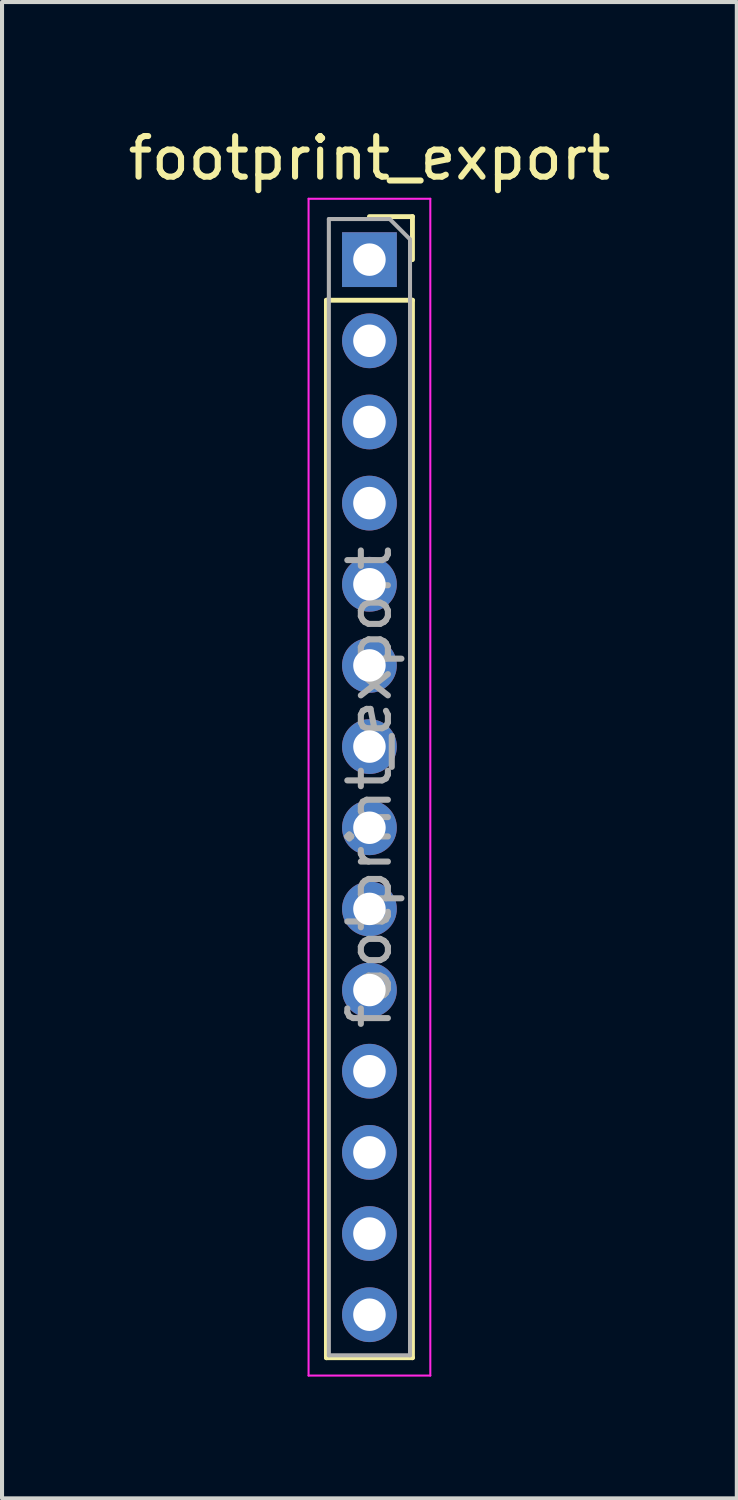
<source format=kicad_pcb>
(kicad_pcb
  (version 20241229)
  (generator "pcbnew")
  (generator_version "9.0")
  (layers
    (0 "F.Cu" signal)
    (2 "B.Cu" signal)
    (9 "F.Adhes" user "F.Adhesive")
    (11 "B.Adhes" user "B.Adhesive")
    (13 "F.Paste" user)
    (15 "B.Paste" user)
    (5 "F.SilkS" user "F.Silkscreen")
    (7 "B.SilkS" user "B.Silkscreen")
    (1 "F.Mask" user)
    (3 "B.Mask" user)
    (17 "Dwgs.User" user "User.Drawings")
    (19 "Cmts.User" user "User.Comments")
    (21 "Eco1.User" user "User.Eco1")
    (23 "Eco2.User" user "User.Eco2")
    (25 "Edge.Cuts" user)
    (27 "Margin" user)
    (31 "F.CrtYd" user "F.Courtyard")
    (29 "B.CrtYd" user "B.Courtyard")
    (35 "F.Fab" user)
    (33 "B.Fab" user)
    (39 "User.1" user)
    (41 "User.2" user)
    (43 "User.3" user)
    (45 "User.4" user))
  (footprint "footprint_export"
    (layer "F.Cu")
    (at 6.054 3.348)
    (property "Reference" "footprint_export" (at 0 -2.5 0) (layer "F.SilkS") (effects (font (size 1 1) (thickness 0.15))))
    (attr through_hole)
    (fp_line (start -1.06 1) (end -1.06 27.06) (stroke (width 0.12) (type solid)) (layer "F.SilkS"))
    (fp_line (start -1.06 1) (end 1.06 1) (stroke (width 0.12) (type solid)) (layer "F.SilkS"))
    (fp_line (start -1.06 27.06) (end 1.06 27.06) (stroke (width 0.12) (type solid)) (layer "F.SilkS"))
    (fp_line (start 0 -1.06) (end 1.06 -1.06) (stroke (width 0.12) (type solid)) (layer "F.SilkS"))
    (fp_line (start 1.06 -1.06) (end 1.06 0) (stroke (width 0.12) (type solid)) (layer "F.SilkS"))
    (fp_line (start 1.06 1) (end 1.06 27.06) (stroke (width 0.12) (type solid)) (layer "F.SilkS"))
    (fp_line (start -1.5 -1.5) (end 1.5 -1.5) (stroke (width 0.05) (type solid)) (layer "F.CrtYd"))
    (fp_line (start -1.5 27.5) (end -1.5 -1.5) (stroke (width 0.05) (type solid)) (layer "F.CrtYd"))
    (fp_line (start 1.5 -1.5) (end 1.5 27.5) (stroke (width 0.05) (type solid)) (layer "F.CrtYd"))
    (fp_line (start 1.5 27.5) (end -1.5 27.5) (stroke (width 0.05) (type solid)) (layer "F.CrtYd"))
    (fp_line (start -1 -1) (end 0.5 -1) (stroke (width 0.1) (type solid)) (layer "F.Fab"))
    (fp_line (start -1 27) (end -1 -1) (stroke (width 0.1) (type solid)) (layer "F.Fab"))
    (fp_line (start 0.5 -1) (end 1 -0.5) (stroke (width 0.1) (type solid)) (layer "F.Fab"))
    (fp_line (start 1 -0.5) (end 1 27) (stroke (width 0.1) (type solid)) (layer "F.Fab"))
    (fp_line (start 1 27) (end -1 27) (stroke (width 0.1) (type solid)) (layer "F.Fab"))
    (fp_text user "${REFERENCE}" (at 0 13 90) (layer "F.Fab") (effects (font (size 1 1) (thickness 0.15))))
    (pad "1" thru_hole rect (at 0 0) (size 1.35 1.35) (drill 0.8) (layers "*.Cu" "*.Mask"))
    (pad "2" thru_hole oval (at 0 2) (size 1.35 1.35) (drill 0.8) (layers "*.Cu" "*.Mask"))
    (pad "3" thru_hole oval (at 0 4) (size 1.35 1.35) (drill 0.8) (layers "*.Cu" "*.Mask"))
    (pad "4" thru_hole oval (at 0 6) (size 1.35 1.35) (drill 0.8) (layers "*.Cu" "*.Mask"))
    (pad "5" thru_hole oval (at 0 8) (size 1.35 1.35) (drill 0.8) (layers "*.Cu" "*.Mask"))
    (pad "6" thru_hole oval (at 0 10) (size 1.35 1.35) (drill 0.8) (layers "*.Cu" "*.Mask"))
    (pad "7" thru_hole oval (at 0 12) (size 1.35 1.35) (drill 0.8) (layers "*.Cu" "*.Mask"))
    (pad "8" thru_hole oval (at 0 14) (size 1.35 1.35) (drill 0.8) (layers "*.Cu" "*.Mask"))
    (pad "9" thru_hole oval (at 0 16) (size 1.35 1.35) (drill 0.8) (layers "*.Cu" "*.Mask"))
    (pad "10" thru_hole oval (at 0 18) (size 1.35 1.35) (drill 0.8) (layers "*.Cu" "*.Mask"))
    (pad "11" thru_hole oval (at 0 20) (size 1.35 1.35) (drill 0.8) (layers "*.Cu" "*.Mask"))
    (pad "12" thru_hole oval (at 0 22) (size 1.35 1.35) (drill 0.8) (layers "*.Cu" "*.Mask"))
    (pad "13" thru_hole oval (at 0 24) (size 1.35 1.35) (drill 0.8) (layers "*.Cu" "*.Mask"))
    (pad "14" thru_hole oval (at 0 26) (size 1.35 1.35) (drill 0.8) (layers "*.Cu" "*.Mask")))
  (gr_rect
    (start -3 -3)
    (end 15.107 33.873)
    (stroke (width 0.1) (type default))
    (fill no)
    (layer "Edge.Cuts")))
</source>
